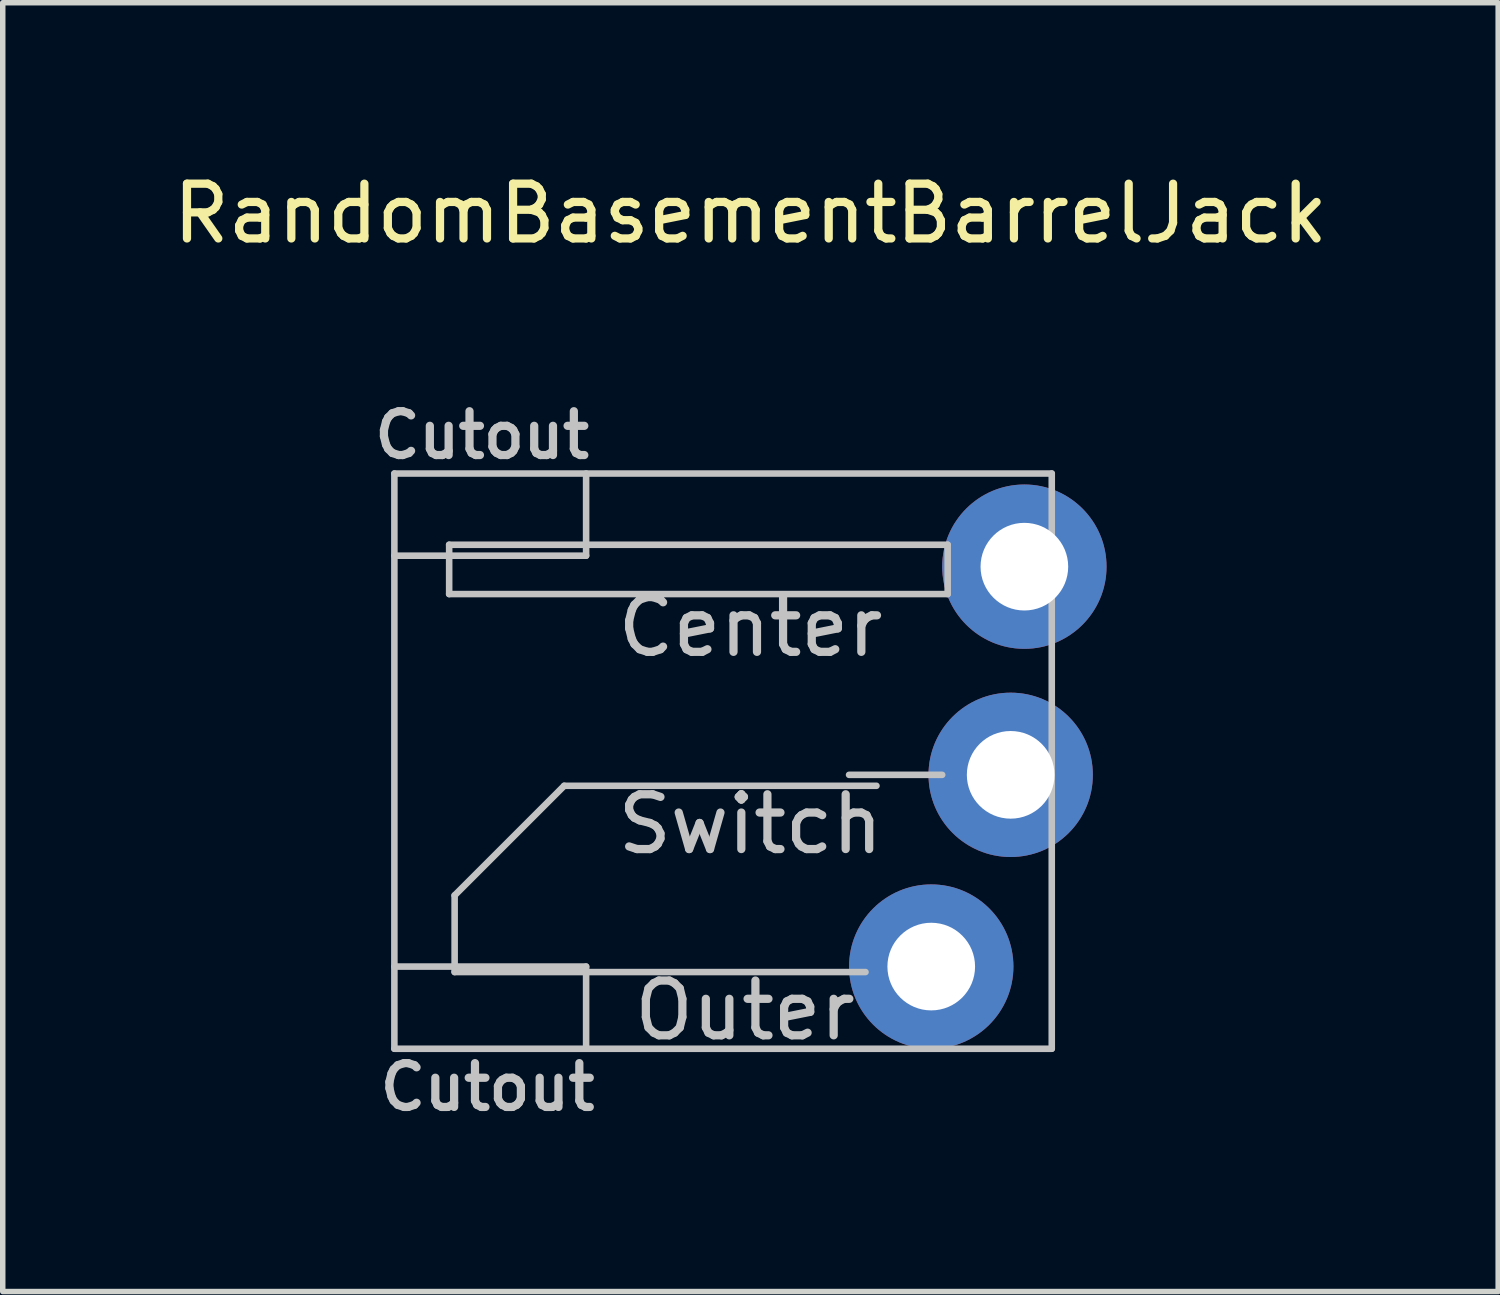
<source format=kicad_pcb>
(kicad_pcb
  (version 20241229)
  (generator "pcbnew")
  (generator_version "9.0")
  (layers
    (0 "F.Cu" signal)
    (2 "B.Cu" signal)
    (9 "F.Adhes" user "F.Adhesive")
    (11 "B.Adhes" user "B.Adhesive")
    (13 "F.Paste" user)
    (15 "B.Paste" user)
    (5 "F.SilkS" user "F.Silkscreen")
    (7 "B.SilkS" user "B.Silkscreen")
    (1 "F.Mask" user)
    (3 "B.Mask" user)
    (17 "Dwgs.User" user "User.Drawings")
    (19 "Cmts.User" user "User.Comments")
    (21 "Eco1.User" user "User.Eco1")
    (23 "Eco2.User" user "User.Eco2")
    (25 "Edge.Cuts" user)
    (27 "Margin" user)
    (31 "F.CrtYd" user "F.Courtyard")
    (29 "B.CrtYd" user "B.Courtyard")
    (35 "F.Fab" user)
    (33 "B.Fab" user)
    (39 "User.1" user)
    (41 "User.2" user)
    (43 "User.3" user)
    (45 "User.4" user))
  (footprint "RandomBasementBarrelJack"
    (layer "F.Cu")
    (at 10.649 0.594)
    (property "Reference" "RandomBasementBarrelJack" (at 0 0.254 0) (layer "F.SilkS") (effects (font (size 1 1) (thickness 0.15))))
    (attr through_hole)
    (fp_line (start -6.5 5) (end 5.5 5) (stroke (width 0.12) (type solid)) (layer "Dwgs.User"))
    (fp_line (start -6.5 6.5) (end -3 6.5) (stroke (width 0.12) (type solid)) (layer "Dwgs.User"))
    (fp_line (start -6.5 14) (end -3 14) (stroke (width 0.12) (type solid)) (layer "Dwgs.User"))
    (fp_line (start -6.5 15.5) (end -6.5 5) (stroke (width 0.12) (type solid)) (layer "Dwgs.User"))
    (fp_line (start -6.5 15.5) (end 5.5 15.5) (stroke (width 0.12) (type solid)) (layer "Dwgs.User"))
    (fp_line (start -5.5 6.3) (end -5.5 7.2) (stroke (width 0.12) (type solid)) (layer "Dwgs.User"))
    (fp_line (start -5.5 7.2) (end 3.6 7.2) (stroke (width 0.12) (type solid)) (layer "Dwgs.User"))
    (fp_line (start -5.4 12.7) (end -3.4 10.7) (stroke (width 0.12) (type solid)) (layer "Dwgs.User"))
    (fp_line (start -5.4 14.1) (end -5.4 12.7) (stroke (width 0.12) (type solid)) (layer "Dwgs.User"))
    (fp_line (start -3.4 10.7) (end 2.3 10.7) (stroke (width 0.12) (type solid)) (layer "Dwgs.User"))
    (fp_line (start -3 6.5) (end -3 5) (stroke (width 0.12) (type solid)) (layer "Dwgs.User"))
    (fp_line (start -3 15.5) (end -3 14) (stroke (width 0.12) (type solid)) (layer "Dwgs.User"))
    (fp_line (start 2.1 14.1) (end -5.4 14.1) (stroke (width 0.12) (type solid)) (layer "Dwgs.User"))
    (fp_line (start 3.5 10.5) (end 1.8 10.5) (stroke (width 0.12) (type solid)) (layer "Dwgs.User"))
    (fp_line (start 3.6 6.3) (end -5.5 6.3) (stroke (width 0.12) (type solid)) (layer "Dwgs.User"))
    (fp_line (start 3.6 7.2) (end 3.6 6.3) (stroke (width 0.12) (type solid)) (layer "Dwgs.User"))
    (fp_line (start 5.5 15.5) (end 5.5 5) (stroke (width 0.12) (type solid)) (layer "Dwgs.User"))
    (fp_text user "Cutout" (at -4.8 16.2 0) (layer "Dwgs.User") (effects (font (size 0.8 0.8) (thickness 0.15))))
    (fp_text user "Center" (at 0 7.8 0) (layer "Dwgs.User") (effects (font (size 1 1) (thickness 0.15))))
    (fp_text user "Switch" (at 0 11.4 0) (layer "Dwgs.User") (effects (font (size 1 1) (thickness 0.15))))
    (fp_text user "Outer" (at -0.1 14.8 0) (layer "Dwgs.User") (effects (font (size 1 1) (thickness 0.15))))
    (fp_text user "Cutout" (at -4.9 4.3 0) (layer "Dwgs.User") (effects (font (size 0.8 0.8) (thickness 0.15))))
    (pad "1" thru_hole circle (at 5 6.7) (size 3 3) (drill 1.6) (layers "*.Cu" "*.Mask"))
    (pad "2" thru_hole circle (at 3.3 14) (size 3 3) (drill 1.6) (layers "*.Cu" "*.Mask"))
    (pad "3" thru_hole circle (at 4.75 10.5) (size 3 3) (drill 1.6) (layers "*.Cu" "*.Mask")))
  (gr_rect
    (start -3 -3)
    (end 24.298 20.526)
    (stroke (width 0.1) (type default))
    (fill no)
    (layer "Edge.Cuts")))
</source>
